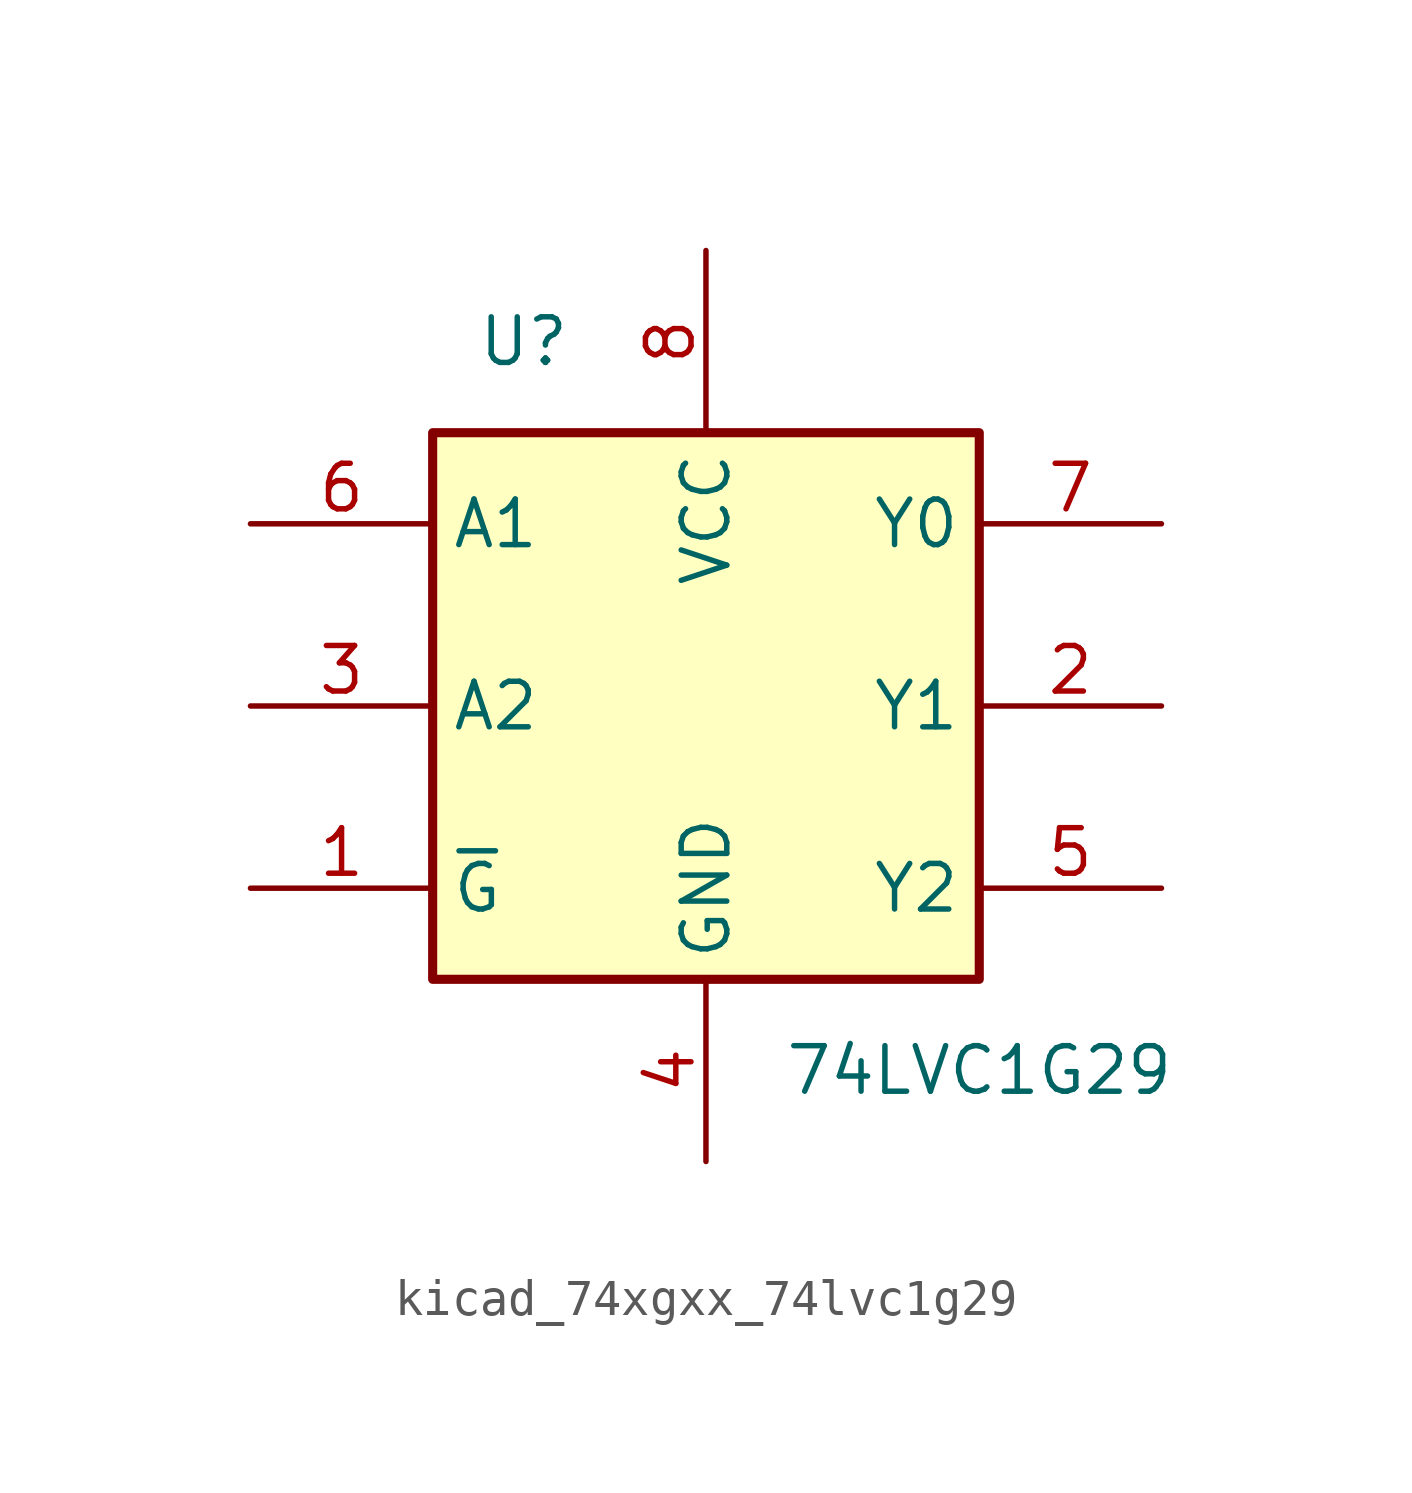
<source format=kicad_sym>
(kicad_symbol_lib
  (version 20220914)
  (generator kicad_symbol_editor)
  (symbol "kicad_74xgxx_74lvc1g29"
    (property "Reference" "U"
      (at -5.08 10.16 0)
      (effects (font (size 1.27 1.27))))
    (property "Value" "74LVC1G29"
      (at 7.62 -10.16 0)
      (effects (font (size 1.27 1.27))))
    (symbol "kicad_74xgxx_74lvc1g29_0_1"
      (rectangle (start -7.62 7.62) (end 7.62 -7.62) (stroke (width 0.254) (type default)) (fill (type background))))
    (symbol "kicad_74xgxx_74lvc1g29_1_1"
      (pin input line (at -12.7 -5.08 0) (length 5.08) (name "~{G}" (effects (font (size 1.27 1.27)))) (number "1" (effects (font (size 1.27 1.27)))))
      (pin output line (at 12.7 0 180) (length 5.08) (name "Y1" (effects (font (size 1.27 1.27)))) (number "2" (effects (font (size 1.27 1.27)))))
      (pin input line (at -12.7 0 0) (length 5.08) (name "A2" (effects (font (size 1.27 1.27)))) (number "3" (effects (font (size 1.27 1.27)))))
      (pin power_in line (at 0 -12.7 90) (length 5.08) (name "GND" (effects (font (size 1.27 1.27)))) (number "4" (effects (font (size 1.27 1.27)))))
      (pin output line (at 12.7 -5.08 180) (length 5.08) (name "Y2" (effects (font (size 1.27 1.27)))) (number "5" (effects (font (size 1.27 1.27)))))
      (pin input line (at -12.7 5.08 0) (length 5.08) (name "A1" (effects (font (size 1.27 1.27)))) (number "6" (effects (font (size 1.27 1.27)))))
      (pin output line (at 12.7 5.08 180) (length 5.08) (name "Y0" (effects (font (size 1.27 1.27)))) (number "7" (effects (font (size 1.27 1.27)))))
      (pin power_in line (at 0 12.7 270) (length 5.08) (name "VCC" (effects (font (size 1.27 1.27)))) (number "8" (effects (font (size 1.27 1.27))))))))
</source>
